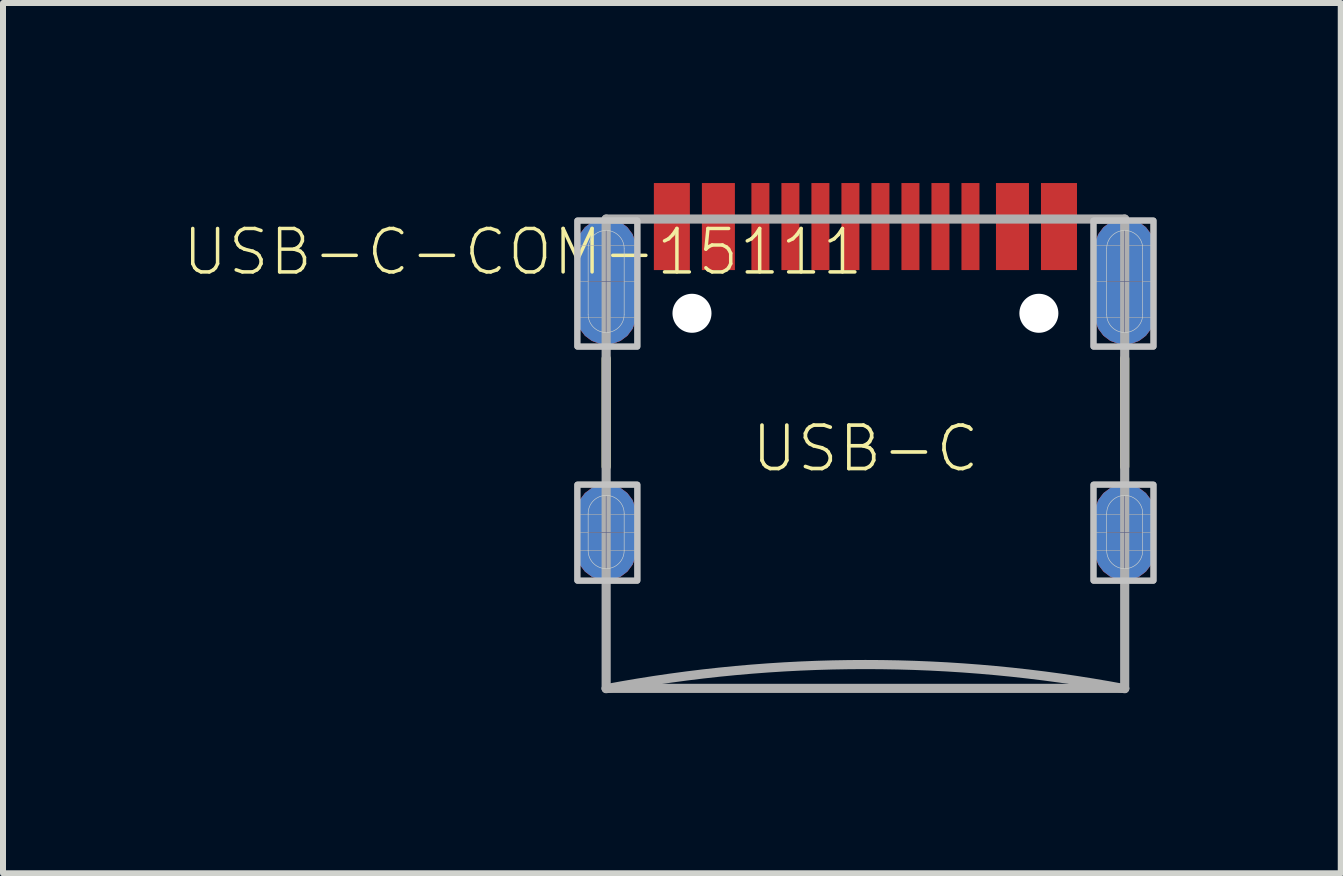
<source format=kicad_pcb>
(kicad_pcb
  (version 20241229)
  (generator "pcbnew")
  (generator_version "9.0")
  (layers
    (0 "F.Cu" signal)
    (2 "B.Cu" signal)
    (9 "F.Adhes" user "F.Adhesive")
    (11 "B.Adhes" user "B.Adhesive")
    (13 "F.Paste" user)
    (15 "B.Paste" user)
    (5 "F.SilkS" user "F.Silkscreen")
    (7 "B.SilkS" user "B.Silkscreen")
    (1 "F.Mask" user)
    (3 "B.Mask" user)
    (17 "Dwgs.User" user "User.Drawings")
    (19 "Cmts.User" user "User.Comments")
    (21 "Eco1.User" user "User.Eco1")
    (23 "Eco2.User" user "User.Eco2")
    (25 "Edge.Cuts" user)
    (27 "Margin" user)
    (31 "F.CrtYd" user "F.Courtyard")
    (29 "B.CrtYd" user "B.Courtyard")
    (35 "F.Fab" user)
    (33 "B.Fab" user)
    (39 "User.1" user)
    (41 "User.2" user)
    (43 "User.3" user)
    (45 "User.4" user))
  (footprint "USB-C-COM-15111"
    (layer "F.Cu")
    (at 11.37 0.725)
    (property "Reference" "USB-C-COM-15111" (at 0 0 180) (layer "F.SilkS") (effects (font (size 0.724 0.724) (thickness 0.058)) (justify right top)))
    (attr through_hole)
    (fp_poly (pts (xy -4.92 1.52) (xy -4.92 0.32) (xy -4.885 0.143) (xy -4.796 -0.015) (xy -4.664 -0.138) (xy -4.32 -0.235) (xy -4.14 -0.214) (xy -3.976 -0.138) (xy -3.844 -0.015) (xy -3.755 0.143) (xy -3.72 0.32) (xy -3.72 1.52) (xy -3.757 1.696) (xy -3.846 1.851) (xy -3.978 1.972) (xy -4.32 2.065) (xy -4.498 2.045) (xy -4.662 1.972) (xy -4.794 1.851)) (stroke (width 0) (type solid)) (fill yes) (layer "F.Mask"))
    (fp_poly (pts (xy -4.92 5.4) (xy -4.92 4.8) (xy -4.891 4.614) (xy -4.806 4.445) (xy -4.674 4.312) (xy -4.506 4.225) (xy -4.32 4.195) (xy -4.134 4.225) (xy -3.966 4.312) (xy -3.834 4.445) (xy -3.72 4.8) (xy -3.72 5.4) (xy -3.75 5.585) (xy -3.836 5.751) (xy -3.968 5.882) (xy -4.32 5.995) (xy -4.505 5.967) (xy -4.672 5.882) (xy -4.804 5.751)) (stroke (width 0) (type solid)) (fill yes) (layer "F.Mask"))
    (fp_poly (pts (xy 3.72 1.52) (xy 3.72 0.32) (xy 3.755 0.143) (xy 3.844 -0.015) (xy 3.976 -0.138) (xy 4.32 -0.235) (xy 4.5 -0.214) (xy 4.664 -0.138) (xy 4.796 -0.015) (xy 4.885 0.143) (xy 4.92 0.32) (xy 4.92 1.52) (xy 4.883 1.696) (xy 4.794 1.851) (xy 4.662 1.972) (xy 4.32 2.065) (xy 4.142 2.045) (xy 3.978 1.972) (xy 3.846 1.851)) (stroke (width 0) (type solid)) (fill yes) (layer "F.Mask"))
    (fp_poly (pts (xy 3.72 5.4) (xy 3.72 4.8) (xy 3.749 4.614) (xy 3.834 4.445) (xy 3.966 4.312) (xy 4.134 4.225) (xy 4.32 4.195) (xy 4.506 4.225) (xy 4.674 4.312) (xy 4.806 4.445) (xy 4.92 4.8) (xy 4.92 5.4) (xy 4.89 5.585) (xy 4.804 5.751) (xy 4.672 5.882) (xy 4.32 5.995) (xy 4.135 5.967) (xy 3.968 5.882) (xy 3.836 5.751)) (stroke (width 0) (type solid)) (fill yes) (layer "F.Mask"))
    (fp_line (start -4.32 2.2) (end -4.32 4) (stroke (width 0.152) (type solid)) (layer "F.SilkS"))
    (fp_line (start 4.32 2.2) (end 4.32 4) (stroke (width 0.152) (type solid)) (layer "F.SilkS"))
    (fp_poly (pts (xy -4.92 1.52) (xy -4.92 0.32) (xy -4.885 0.143) (xy -4.796 -0.015) (xy -4.664 -0.138) (xy -4.32 -0.235) (xy -4.14 -0.214) (xy -3.976 -0.138) (xy -3.844 -0.015) (xy -3.755 0.143) (xy -3.72 0.32) (xy -3.72 1.52) (xy -3.757 1.696) (xy -3.846 1.851) (xy -3.978 1.972) (xy -4.32 2.065) (xy -4.498 2.045) (xy -4.662 1.972) (xy -4.794 1.851)) (stroke (width 0) (type solid)) (fill yes) (layer "F.Paste"))
    (fp_poly (pts (xy -4.92 5.4) (xy -4.92 4.8) (xy -4.891 4.614) (xy -4.806 4.445) (xy -4.674 4.312) (xy -4.506 4.225) (xy -4.32 4.195) (xy -4.134 4.225) (xy -3.966 4.312) (xy -3.834 4.445) (xy -3.72 4.8) (xy -3.72 5.4) (xy -3.75 5.585) (xy -3.836 5.751) (xy -3.968 5.882) (xy -4.32 5.995) (xy -4.505 5.967) (xy -4.672 5.882) (xy -4.804 5.751)) (stroke (width 0) (type solid)) (fill yes) (layer "F.Paste"))
    (fp_poly (pts (xy 3.72 1.52) (xy 3.72 0.32) (xy 3.755 0.143) (xy 3.844 -0.015) (xy 3.976 -0.138) (xy 4.32 -0.235) (xy 4.5 -0.214) (xy 4.664 -0.138) (xy 4.796 -0.015) (xy 4.885 0.143) (xy 4.92 0.32) (xy 4.92 1.52) (xy 4.883 1.696) (xy 4.794 1.851) (xy 4.662 1.972) (xy 4.32 2.065) (xy 4.142 2.045) (xy 3.978 1.972) (xy 3.846 1.851)) (stroke (width 0) (type solid)) (fill yes) (layer "F.Paste"))
    (fp_poly (pts (xy 3.72 5.4) (xy 3.72 4.8) (xy 3.749 4.614) (xy 3.834 4.445) (xy 3.966 4.312) (xy 4.134 4.225) (xy 4.32 4.195) (xy 4.506 4.225) (xy 4.674 4.312) (xy 4.806 4.445) (xy 4.92 4.8) (xy 4.92 5.4) (xy 4.89 5.585) (xy 4.804 5.751) (xy 4.672 5.882) (xy 4.32 5.995) (xy 4.135 5.967) (xy 3.968 5.882) (xy 3.836 5.751)) (stroke (width 0) (type solid)) (fill yes) (layer "F.Paste"))
    (fp_poly (pts (xy -4.8 -0.1) (xy -3.8 -0.1) (xy -3.8 2) (xy -4.8 2)) (stroke (width 0.1) (type solid)) (fill no) (layer "Dwgs.User"))
    (fp_poly (pts (xy -4.8 -0.1) (xy -3.8 -0.1) (xy -3.8 2) (xy -4.8 2)) (stroke (width 0.1) (type solid)) (fill no) (layer "Dwgs.User"))
    (fp_poly (pts (xy -4.8 4.3) (xy -3.8 4.3) (xy -3.8 5.9) (xy -4.8 5.9)) (stroke (width 0.1) (type solid)) (fill no) (layer "Dwgs.User"))
    (fp_poly (pts (xy -4.8 4.3) (xy -3.8 4.3) (xy -3.8 5.9) (xy -4.8 5.9)) (stroke (width 0.1) (type solid)) (fill no) (layer "Dwgs.User"))
    (fp_poly (pts (xy 3.8 -0.1) (xy 4.8 -0.1) (xy 4.8 2) (xy 3.8 2)) (stroke (width 0.1) (type solid)) (fill no) (layer "Dwgs.User"))
    (fp_poly (pts (xy 3.8 4.3) (xy 4.8 4.3) (xy 4.8 5.9) (xy 3.8 5.9)) (stroke (width 0.1) (type solid)) (fill no) (layer "Dwgs.User"))
    (fp_poly (pts (xy 3.8 4.3) (xy 4.8 4.3) (xy 4.8 5.9) (xy 3.8 5.9)) (stroke (width 0.1) (type solid)) (fill no) (layer "Dwgs.User"))
    (fp_poly (pts (xy 3.8 -0.1) (xy 4.8 -0.1) (xy 4.8 1.9) (xy 4.8 2) (xy 3.8 2)) (stroke (width 0.1) (type solid)) (fill no) (layer "Dwgs.User"))
    (fp_line (start -4.62 1.465) (end -4.62 0.365) (stroke (width 0.01) (type solid)) (layer "Edge.Cuts"))
    (fp_line (start -4.62 5.4) (end -4.62 4.78) (stroke (width 0.01) (type solid)) (layer "Edge.Cuts"))
    (fp_line (start -4.02 1.465) (end -4.02 0.365) (stroke (width 0.01) (type solid)) (layer "Edge.Cuts"))
    (fp_line (start -4.02 5.4) (end -4.02 4.78) (stroke (width 0.01) (type solid)) (layer "Edge.Cuts"))
    (fp_line (start 4.02 1.465) (end 4.02 0.365) (stroke (width 0.01) (type solid)) (layer "Edge.Cuts"))
    (fp_line (start 4.02 5.4) (end 4.02 4.78) (stroke (width 0.01) (type solid)) (layer "Edge.Cuts"))
    (fp_line (start 4.62 1.465) (end 4.62 0.365) (stroke (width 0.01) (type solid)) (layer "Edge.Cuts"))
    (fp_line (start 4.62 5.4) (end 4.62 4.78) (stroke (width 0.01) (type solid)) (layer "Edge.Cuts"))
    (fp_arc (start -4.62 0.365) (mid -4.32 0.065) (end -4.02 0.365) (stroke (width 0.01) (type solid)) (layer "Edge.Cuts"))
    (fp_arc (start -4.62 4.78) (mid -4.32 4.48) (end -4.02 4.78) (stroke (width 0.01) (type solid)) (layer "Edge.Cuts"))
    (fp_arc (start -4.02 1.465) (mid -4.32 1.765) (end -4.62 1.465) (stroke (width 0.01) (type solid)) (layer "Edge.Cuts"))
    (fp_arc (start -4.02 5.4) (mid -4.32 5.7) (end -4.62 5.4) (stroke (width 0.01) (type solid)) (layer "Edge.Cuts"))
    (fp_arc (start 4.02 0.365) (mid 4.32 0.065) (end 4.62 0.365) (stroke (width 0.01) (type solid)) (layer "Edge.Cuts"))
    (fp_arc (start 4.02 4.78) (mid 4.32 4.48) (end 4.62 4.78) (stroke (width 0.01) (type solid)) (layer "Edge.Cuts"))
    (fp_arc (start 4.62 1.465) (mid 4.32 1.765) (end 4.02 1.465) (stroke (width 0.01) (type solid)) (layer "Edge.Cuts"))
    (fp_arc (start 4.62 5.4) (mid 4.32 5.7) (end 4.02 5.4) (stroke (width 0.01) (type solid)) (layer "Edge.Cuts"))
    (fp_line (start -4.62 0.915) (end -4.02 0.915) (stroke (width 0.01) (type solid)) (layer "B.Fab"))
    (fp_line (start -4.62 5.095) (end -4.02 5.095) (stroke (width 0.01) (type solid)) (layer "B.Fab"))
    (fp_line (start -4.32 0.065) (end -4.32 1.765) (stroke (width 0.01) (type solid)) (layer "B.Fab"))
    (fp_line (start -4.32 4.495) (end -4.32 5.695) (stroke (width 0.01) (type solid)) (layer "B.Fab"))
    (fp_line (start 4.02 0.915) (end 4.62 0.915) (stroke (width 0.01) (type solid)) (layer "B.Fab"))
    (fp_line (start 4.02 5.095) (end 4.62 5.095) (stroke (width 0.01) (type solid)) (layer "B.Fab"))
    (fp_line (start 4.32 0.065) (end 4.32 1.765) (stroke (width 0.01) (type solid)) (layer "B.Fab"))
    (fp_line (start 4.32 4.495) (end 4.32 5.695) (stroke (width 0.01) (type solid)) (layer "B.Fab"))
    (fp_line (start -4.82 0.315) (end -3.82 0.315) (stroke (width 0.01) (type solid)) (layer "F.Fab"))
    (fp_line (start -4.82 0.915) (end -3.82 0.915) (stroke (width 0.01) (type solid)) (layer "F.Fab"))
    (fp_line (start -4.82 1.515) (end -3.82 1.515) (stroke (width 0.01) (type solid)) (layer "F.Fab"))
    (fp_line (start -4.82 4.795) (end -3.82 4.795) (stroke (width 0.01) (type solid)) (layer "F.Fab"))
    (fp_line (start -4.82 5.095) (end -3.82 5.095) (stroke (width 0.01) (type solid)) (layer "F.Fab"))
    (fp_line (start -4.82 5.395) (end -3.82 5.395) (stroke (width 0.01) (type solid)) (layer "F.Fab"))
    (fp_line (start -4.32 -0.135) (end -4.32 -0.125) (stroke (width 0.01) (type solid)) (layer "F.Fab"))
    (fp_line (start -4.32 -0.125) (end -4.32 1.965) (stroke (width 0.01) (type solid)) (layer "F.Fab"))
    (fp_line (start -4.32 -0.125) (end 4.32 -0.125) (stroke (width 0.152) (type solid)) (layer "F.Fab"))
    (fp_line (start -4.32 4.295) (end -4.32 5.895) (stroke (width 0.01) (type solid)) (layer "F.Fab"))
    (fp_line (start -4.32 7.695) (end -4.32 -0.125) (stroke (width 0.152) (type solid)) (layer "F.Fab"))
    (fp_line (start -4.32 7.695) (end 4.32 7.695) (stroke (width 0.152) (type solid)) (layer "F.Fab"))
    (fp_line (start 3.82 0.315) (end 4.82 0.315) (stroke (width 0.01) (type solid)) (layer "F.Fab"))
    (fp_line (start 3.82 0.915) (end 4.82 0.915) (stroke (width 0.01) (type solid)) (layer "F.Fab"))
    (fp_line (start 3.82 1.515) (end 4.82 1.515) (stroke (width 0.01) (type solid)) (layer "F.Fab"))
    (fp_line (start 3.82 4.795) (end 4.82 4.795) (stroke (width 0.01) (type solid)) (layer "F.Fab"))
    (fp_line (start 3.82 5.095) (end 4.82 5.095) (stroke (width 0.01) (type solid)) (layer "F.Fab"))
    (fp_line (start 3.82 5.395) (end 4.82 5.395) (stroke (width 0.01) (type solid)) (layer "F.Fab"))
    (fp_line (start 4.32 -0.135) (end 4.32 -0.125) (stroke (width 0.01) (type solid)) (layer "F.Fab"))
    (fp_line (start 4.32 -0.125) (end 4.32 1.965) (stroke (width 0.01) (type solid)) (layer "F.Fab"))
    (fp_line (start 4.32 -0.125) (end 4.32 7.695) (stroke (width 0.152) (type solid)) (layer "F.Fab"))
    (fp_line (start 4.32 4.295) (end 4.32 5.895) (stroke (width 0.01) (type solid)) (layer "F.Fab"))
    (fp_arc (start -4.32 7.7) (mid 0 7.297675) (end 4.32 7.7) (stroke (width 0.1524) (type solid)) (layer "F.Fab"))
    (fp_text user "USB-C" (at 0 3.7 0) (layer "F.SilkS") (effects (font (size 0.724 0.724) (thickness 0.061))))
    (pad "" np_thru_hole circle (at -2.89 1.445) (size 0.65 0.65) (drill 0.65) (layers "*.Cu" "*.Mask"))
    (pad "" np_thru_hole circle (at 2.89 1.445) (size 0.65 0.65) (drill 0.65) (layers "*.Cu" "*.Mask"))
    (pad "A5" smd rect (at -1.25 0 180) (size 0.3 1.45) (layers "F.Cu" "F.Mask" "F.Paste"))
    (pad "A6" smd rect (at -0.25 0 180) (size 0.3 1.45) (layers "F.Cu" "F.Mask" "F.Paste"))
    (pad "A7" smd rect (at 0.25 0) (size 0.3 1.45) (layers "F.Cu" "F.Mask" "F.Paste"))
    (pad "A8" smd rect (at 1.25 0) (size 0.3 1.45) (layers "F.Cu" "F.Mask" "F.Paste"))
    (pad "B5" smd rect (at 1.75 0) (size 0.3 1.45) (layers "F.Cu" "F.Mask" "F.Paste"))
    (pad "B6" smd rect (at 0.75 0) (size 0.3 1.45) (layers "F.Cu" "F.Mask" "F.Paste"))
    (pad "B7" smd rect (at -0.75 0 180) (size 0.3 1.45) (layers "F.Cu" "F.Mask" "F.Paste"))
    (pad "B8" smd rect (at -1.75 0 180) (size 0.3 1.45) (layers "F.Cu" "F.Mask" "F.Paste"))
    (pad "GND" smd rect (at -3.225 0 180) (size 0.6 1.45) (layers "F.Cu" "F.Mask" "F.Paste"))
    (pad "GND2" smd rect (at 3.225 0) (size 0.6 1.45) (layers "F.Cu" "F.Mask" "F.Paste"))
    (pad "SHLD1" smd roundrect (at -4.32 0.915 180) (size 1 2.1) (layers "F.Cu" "F.Mask") (roundrect_rratio 0.5))
    (pad "SHLD2" smd roundrect (at 4.32 0.915 180) (size 1 2.1) (layers "F.Cu" "F.Mask") (roundrect_rratio 0.5))
    (pad "SHLD3" smd roundrect (at -4.32 0.915) (size 1 2.1) (layers "*.Cu" "*.Mask") (roundrect_rratio 0.5))
    (pad "SHLD4" smd roundrect (at 4.32 0.915) (size 1 2.1) (layers "*.Cu" "*.Mask") (roundrect_rratio 0.5))
    (pad "SHLD5" smd roundrect (at -4.32 5.095 180) (size 1 1.6) (layers "F.Cu" "F.Mask") (roundrect_rratio 0.5))
    (pad "SHLD6" smd roundrect (at -4.32 5.095) (size 1 1.6) (layers "*.Cu" "*.Mask") (roundrect_rratio 0.5))
    (pad "SHLD7" smd roundrect (at 4.32 5.095) (size 1 1.6) (layers "*.Cu" "*.Mask") (roundrect_rratio 0.5))
    (pad "SHLD8" smd roundrect (at 4.32 5.095 180) (size 1 1.6) (layers "F.Cu" "F.Mask") (roundrect_rratio 0.5))
    (pad "VBUS1" smd rect (at -2.45 0 180) (size 0.55 1.45) (layers "F.Cu" "F.Mask" "F.Paste"))
    (pad "VBUS2" smd rect (at 2.45 0) (size 0.55 1.45) (layers "F.Cu" "F.Mask" "F.Paste")))
  (gr_rect
    (start -3 -3)
    (end 19.29 11.501)
    (stroke (width 0.1) (type default))
    (fill no)
    (layer "Edge.Cuts")))
</source>
